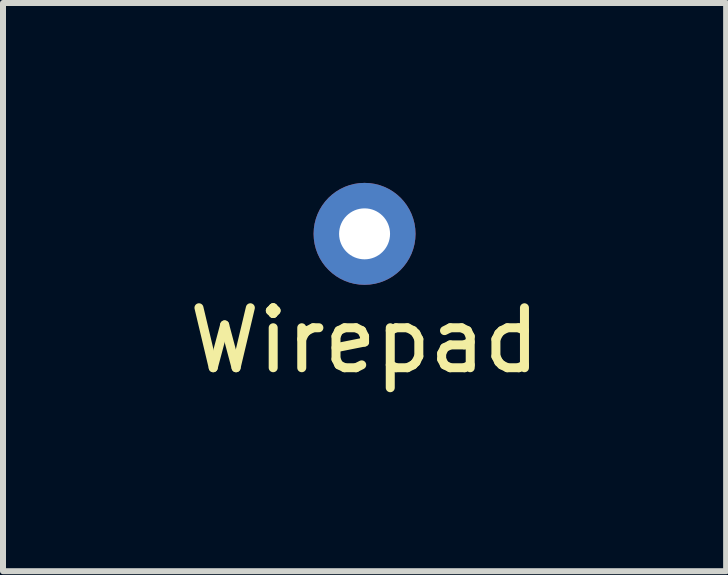
<source format=kicad_pcb>
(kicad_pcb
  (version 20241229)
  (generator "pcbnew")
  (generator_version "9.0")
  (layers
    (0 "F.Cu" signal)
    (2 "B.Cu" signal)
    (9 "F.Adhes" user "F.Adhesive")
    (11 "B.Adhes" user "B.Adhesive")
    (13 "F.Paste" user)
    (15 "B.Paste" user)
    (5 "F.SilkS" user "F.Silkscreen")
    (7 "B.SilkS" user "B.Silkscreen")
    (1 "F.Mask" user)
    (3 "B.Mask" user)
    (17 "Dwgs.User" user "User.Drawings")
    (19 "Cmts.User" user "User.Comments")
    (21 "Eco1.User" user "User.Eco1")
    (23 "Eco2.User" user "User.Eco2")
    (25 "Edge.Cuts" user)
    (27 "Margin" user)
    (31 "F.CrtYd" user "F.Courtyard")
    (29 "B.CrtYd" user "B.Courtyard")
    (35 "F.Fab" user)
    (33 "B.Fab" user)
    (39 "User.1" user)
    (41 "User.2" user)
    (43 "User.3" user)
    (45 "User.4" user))
  (footprint "Wirepad"
    (layer "F.Cu")
    (at 3.03 0.85)
    (property "Reference" "Wirepad" (at 0 1.778 0) (layer "F.SilkS") (effects (font (size 1 1) (thickness 0.15))))
    (attr through_hole)
    (pad "1" thru_hole circle (at 0 0) (size 1.7 1.7) (drill 0.85) (layers "*.Cu" "*.Mask")))
  (gr_rect
    (start -3 -3)
    (end 9.06 6.476)
    (stroke (width 0.1) (type default))
    (fill no)
    (layer "Edge.Cuts")))
</source>
